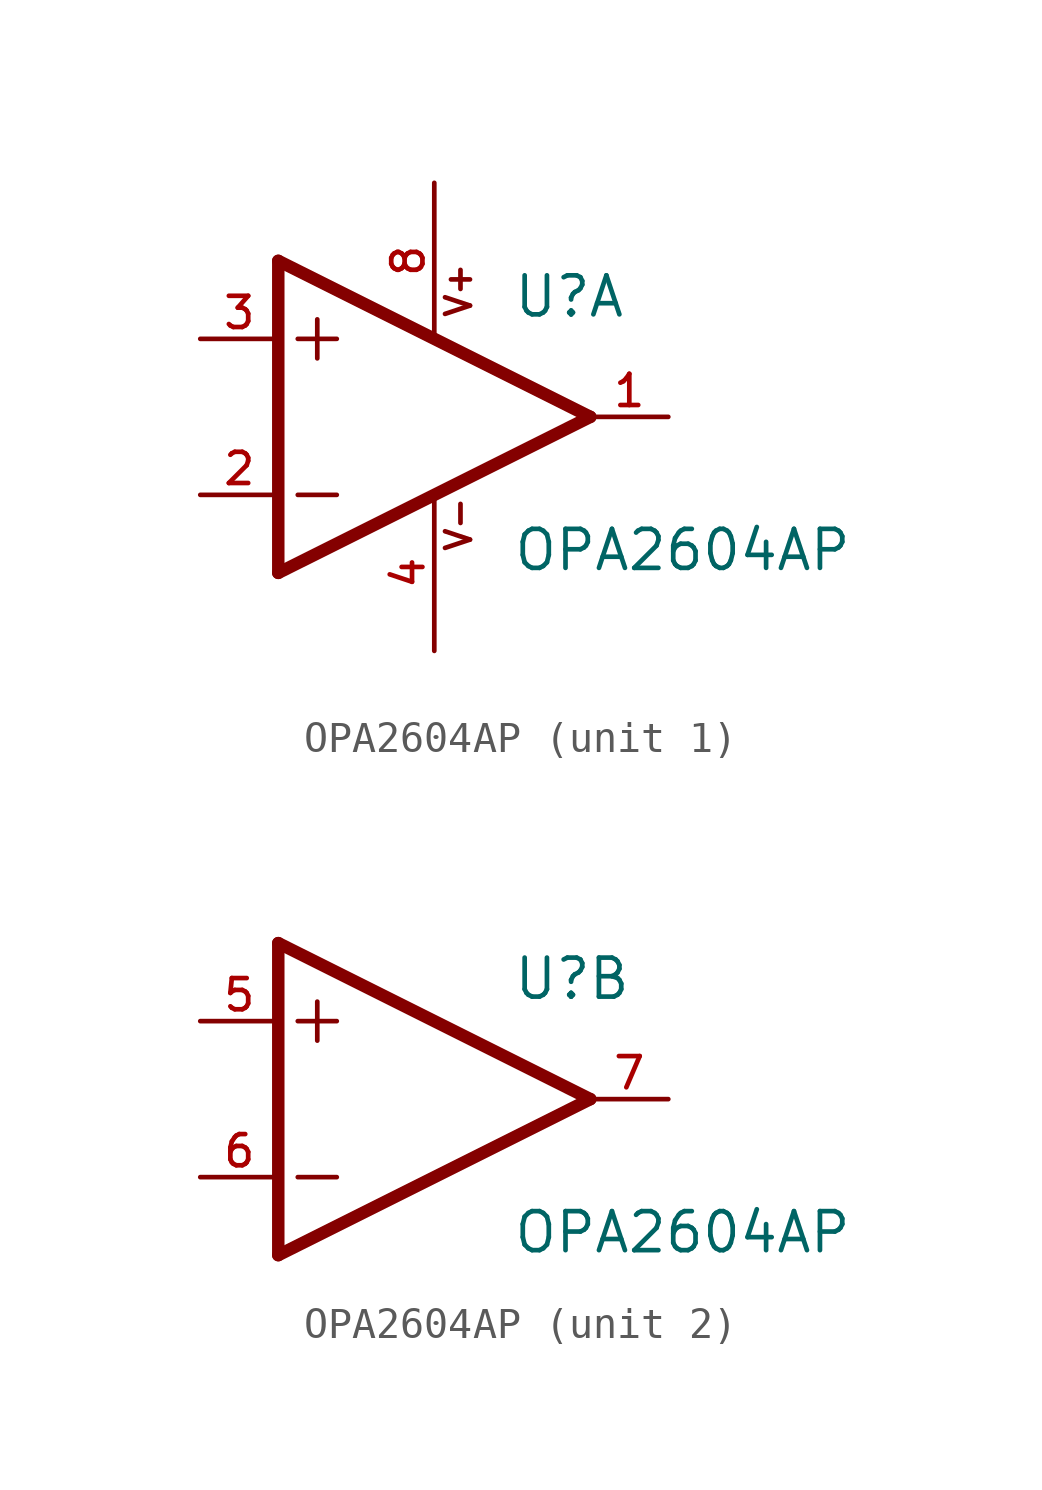
<source format=kicad_sym>
(kicad_symbol_lib
  (version 20211014)
  (generator kicad_symbol_editor)
  (symbol "OPA2604AP"
    (pin_names
      (offset 1.016))
    (property "Reference" "U"
      (at 2.54 3.175 0)
      (effects (font (size 1.27 1.27)) (justify bottom left)))
    (property "Value" "OPA2604AP"
      (at 2.54 -5.08 0)
      (effects (font (size 1.27 1.27)) (justify bottom left)))
    (symbol "OPA2604AP_1_0"
      (polyline (pts (xy -5.08 5.08) (xy -5.08 -5.08)) (stroke (width 0.406)))
      (polyline (pts (xy -5.08 -5.08) (xy 5.08 0.0)) (stroke (width 0.406)))
      (polyline (pts (xy 5.08 0.0) (xy -5.08 5.08)) (stroke (width 0.406)))
      (polyline (pts (xy -3.81 3.175) (xy -3.81 1.905)) (stroke (width 0.152)))
      (polyline (pts (xy -4.445 2.54) (xy -3.175 2.54)) (stroke (width 0.152)))
      (polyline (pts (xy -4.445 -2.54) (xy -3.175 -2.54)) (stroke (width 0.152)))
      (text "V+" (at 1.27 3.175 900) (effects (font (size 0.813 0.813)) (justify bottom left)))
      (text "V-" (at 1.27 -4.445 900) (effects (font (size 0.813 0.813)) (justify bottom left)))
      (pin input line (at -7.62 -2.54 0) (length 2.54) (name "~" (effects (font (size 1.016 1.016)))) (number "2" (effects (font (size 1.016 1.016)))))
      (pin input line (at -7.62 2.54 0) (length 2.54) (name "~" (effects (font (size 1.016 1.016)))) (number "3" (effects (font (size 1.016 1.016)))))
      (pin output line (at 7.62 0.0 180.0) (length 2.54) (name "~" (effects (font (size 1.016 1.016)))) (number "1" (effects (font (size 1.016 1.016)))))
      (pin power_in line (at 0.0 7.62 270.0) (length 5.08) (name "~" (effects (font (size 1.016 1.016)))) (number "8" (effects (font (size 1.016 1.016)))))
      (pin power_in line (at 0.0 -7.62 90.0) (length 5.08) (name "~" (effects (font (size 1.016 1.016)))) (number "4" (effects (font (size 1.016 1.016))))))
    (symbol "OPA2604AP_2_0"
      (polyline (pts (xy -5.08 5.08) (xy -5.08 -5.08)) (stroke (width 0.406)))
      (polyline (pts (xy -5.08 -5.08) (xy 5.08 0.0)) (stroke (width 0.406)))
      (polyline (pts (xy 5.08 0.0) (xy -5.08 5.08)) (stroke (width 0.406)))
      (polyline (pts (xy -3.81 3.175) (xy -3.81 1.905)) (stroke (width 0.152)))
      (polyline (pts (xy -4.445 2.54) (xy -3.175 2.54)) (stroke (width 0.152)))
      (polyline (pts (xy -4.445 -2.54) (xy -3.175 -2.54)) (stroke (width 0.152)))
      (pin input line (at -7.62 -2.54 0) (length 2.54) (name "~" (effects (font (size 1.016 1.016)))) (number "6" (effects (font (size 1.016 1.016)))))
      (pin input line (at -7.62 2.54 0) (length 2.54) (name "~" (effects (font (size 1.016 1.016)))) (number "5" (effects (font (size 1.016 1.016)))))
      (pin output line (at 7.62 0.0 180.0) (length 2.54) (name "~" (effects (font (size 1.016 1.016)))) (number "7" (effects (font (size 1.016 1.016))))))))
</source>
